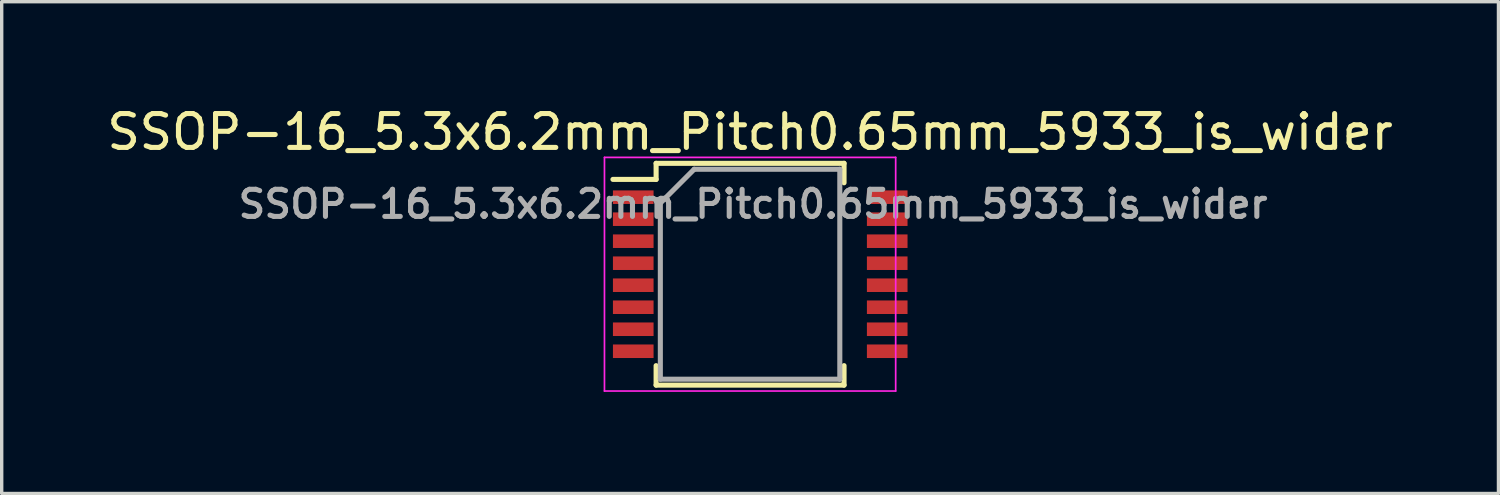
<source format=kicad_pcb>
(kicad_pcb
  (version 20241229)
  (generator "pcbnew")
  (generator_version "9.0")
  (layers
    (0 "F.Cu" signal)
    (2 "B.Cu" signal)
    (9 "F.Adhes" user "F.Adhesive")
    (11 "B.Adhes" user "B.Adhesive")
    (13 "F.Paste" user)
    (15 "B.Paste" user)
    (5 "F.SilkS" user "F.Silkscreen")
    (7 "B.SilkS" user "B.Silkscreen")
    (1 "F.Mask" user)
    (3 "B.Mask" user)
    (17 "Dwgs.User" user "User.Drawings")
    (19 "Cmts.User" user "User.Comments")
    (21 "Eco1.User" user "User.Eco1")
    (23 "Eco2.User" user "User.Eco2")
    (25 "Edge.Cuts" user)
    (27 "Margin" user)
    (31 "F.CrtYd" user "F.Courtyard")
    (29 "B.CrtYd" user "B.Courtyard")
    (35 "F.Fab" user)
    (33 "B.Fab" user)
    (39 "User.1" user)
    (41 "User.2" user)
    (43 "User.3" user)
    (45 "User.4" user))
  (footprint "SSOP-16_5.3x6.2mm_Pitch0.65mm_5933_is_wider"
    (layer "F.Cu")
    (at 19.101 5.048)
    (property "Reference" "SSOP-16_5.3x6.2mm_Pitch0.65mm_5933_is_wider" (at 0 -4.2 0) (layer "F.SilkS") (effects (font (size 1 1) (thickness 0.15))))
    (attr smd)
    (fp_line (start -2.775 -3.275) (end -2.775 -2.8) (stroke (width 0.15) (type solid)) (layer "F.SilkS"))
    (fp_line (start -2.775 -3.275) (end 2.775 -3.275) (stroke (width 0.15) (type solid)) (layer "F.SilkS"))
    (fp_line (start -2.775 -2.8) (end -4.05 -2.8) (stroke (width 0.15) (type solid)) (layer "F.SilkS"))
    (fp_line (start -2.775 3.275) (end -2.775 2.7) (stroke (width 0.15) (type solid)) (layer "F.SilkS"))
    (fp_line (start -2.775 3.275) (end 2.775 3.275) (stroke (width 0.15) (type solid)) (layer "F.SilkS"))
    (fp_line (start 2.775 -3.275) (end 2.775 -2.7) (stroke (width 0.15) (type solid)) (layer "F.SilkS"))
    (fp_line (start 2.775 3.275) (end 2.775 2.7) (stroke (width 0.15) (type solid)) (layer "F.SilkS"))
    (fp_line (start -4.3 -3.45) (end -4.3 3.45) (stroke (width 0.05) (type solid)) (layer "F.CrtYd"))
    (fp_line (start -4.3 -3.45) (end 4.3 -3.45) (stroke (width 0.05) (type solid)) (layer "F.CrtYd"))
    (fp_line (start -4.3 3.45) (end 4.3 3.45) (stroke (width 0.05) (type solid)) (layer "F.CrtYd"))
    (fp_line (start 4.3 -3.45) (end 4.3 3.45) (stroke (width 0.05) (type solid)) (layer "F.CrtYd"))
    (fp_line (start -2.65 -2.1) (end -1.65 -3.1) (stroke (width 0.15) (type solid)) (layer "F.Fab"))
    (fp_line (start -2.65 3.1) (end -2.65 -2.1) (stroke (width 0.15) (type solid)) (layer "F.Fab"))
    (fp_line (start -1.65 -3.1) (end 2.65 -3.1) (stroke (width 0.15) (type solid)) (layer "F.Fab"))
    (fp_line (start 2.65 -3.1) (end 2.65 3.1) (stroke (width 0.15) (type solid)) (layer "F.Fab"))
    (fp_line (start 2.65 3.1) (end -2.65 3.1) (stroke (width 0.15) (type solid)) (layer "F.Fab"))
    (fp_text user "${REFERENCE}" (at 0.089 -2.07 0) (layer "F.Fab") (effects (font (size 0.8 0.8) (thickness 0.15))))
    (pad "1" smd rect (at -3.45 -2.275) (size 1.2 0.4) (layers "F.Cu" "F.Mask" "F.Paste"))
    (pad "2" smd rect (at -3.45 -1.625) (size 1.2 0.4) (layers "F.Cu" "F.Mask" "F.Paste"))
    (pad "3" smd rect (at -3.45 -0.975) (size 1.2 0.4) (layers "F.Cu" "F.Mask" "F.Paste"))
    (pad "4" smd rect (at -3.45 -0.325) (size 1.2 0.4) (layers "F.Cu" "F.Mask" "F.Paste"))
    (pad "5" smd rect (at -3.45 0.325) (size 1.2 0.4) (layers "F.Cu" "F.Mask" "F.Paste"))
    (pad "6" smd rect (at -3.45 0.975) (size 1.2 0.4) (layers "F.Cu" "F.Mask" "F.Paste"))
    (pad "7" smd rect (at -3.45 1.625) (size 1.2 0.4) (layers "F.Cu" "F.Mask" "F.Paste"))
    (pad "8" smd rect (at -3.45 2.275) (size 1.2 0.4) (layers "F.Cu" "F.Mask" "F.Paste"))
    (pad "9" smd rect (at 4.05 2.275) (size 1.2 0.4) (layers "F.Cu" "F.Mask" "F.Paste"))
    (pad "10" smd rect (at 4.05 1.625) (size 1.2 0.4) (layers "F.Cu" "F.Mask" "F.Paste"))
    (pad "11" smd rect (at 4.05 0.975) (size 1.2 0.4) (layers "F.Cu" "F.Mask" "F.Paste"))
    (pad "12" smd rect (at 4.05 0.325) (size 1.2 0.4) (layers "F.Cu" "F.Mask" "F.Paste"))
    (pad "13" smd rect (at 4.05 -0.325) (size 1.2 0.4) (layers "F.Cu" "F.Mask" "F.Paste"))
    (pad "14" smd rect (at 4.05 -0.975) (size 1.2 0.4) (layers "F.Cu" "F.Mask" "F.Paste"))
    (pad "15" smd rect (at 4.05 -1.625) (size 1.2 0.4) (layers "F.Cu" "F.Mask" "F.Paste"))
    (pad "16" smd rect (at 4.05 -2.275) (size 1.2 0.4) (layers "F.Cu" "F.Mask" "F.Paste")))
  (gr_rect
    (start -3 -3)
    (end 41.202 11.523)
    (stroke (width 0.1) (type default))
    (fill no)
    (layer "Edge.Cuts")))
</source>
